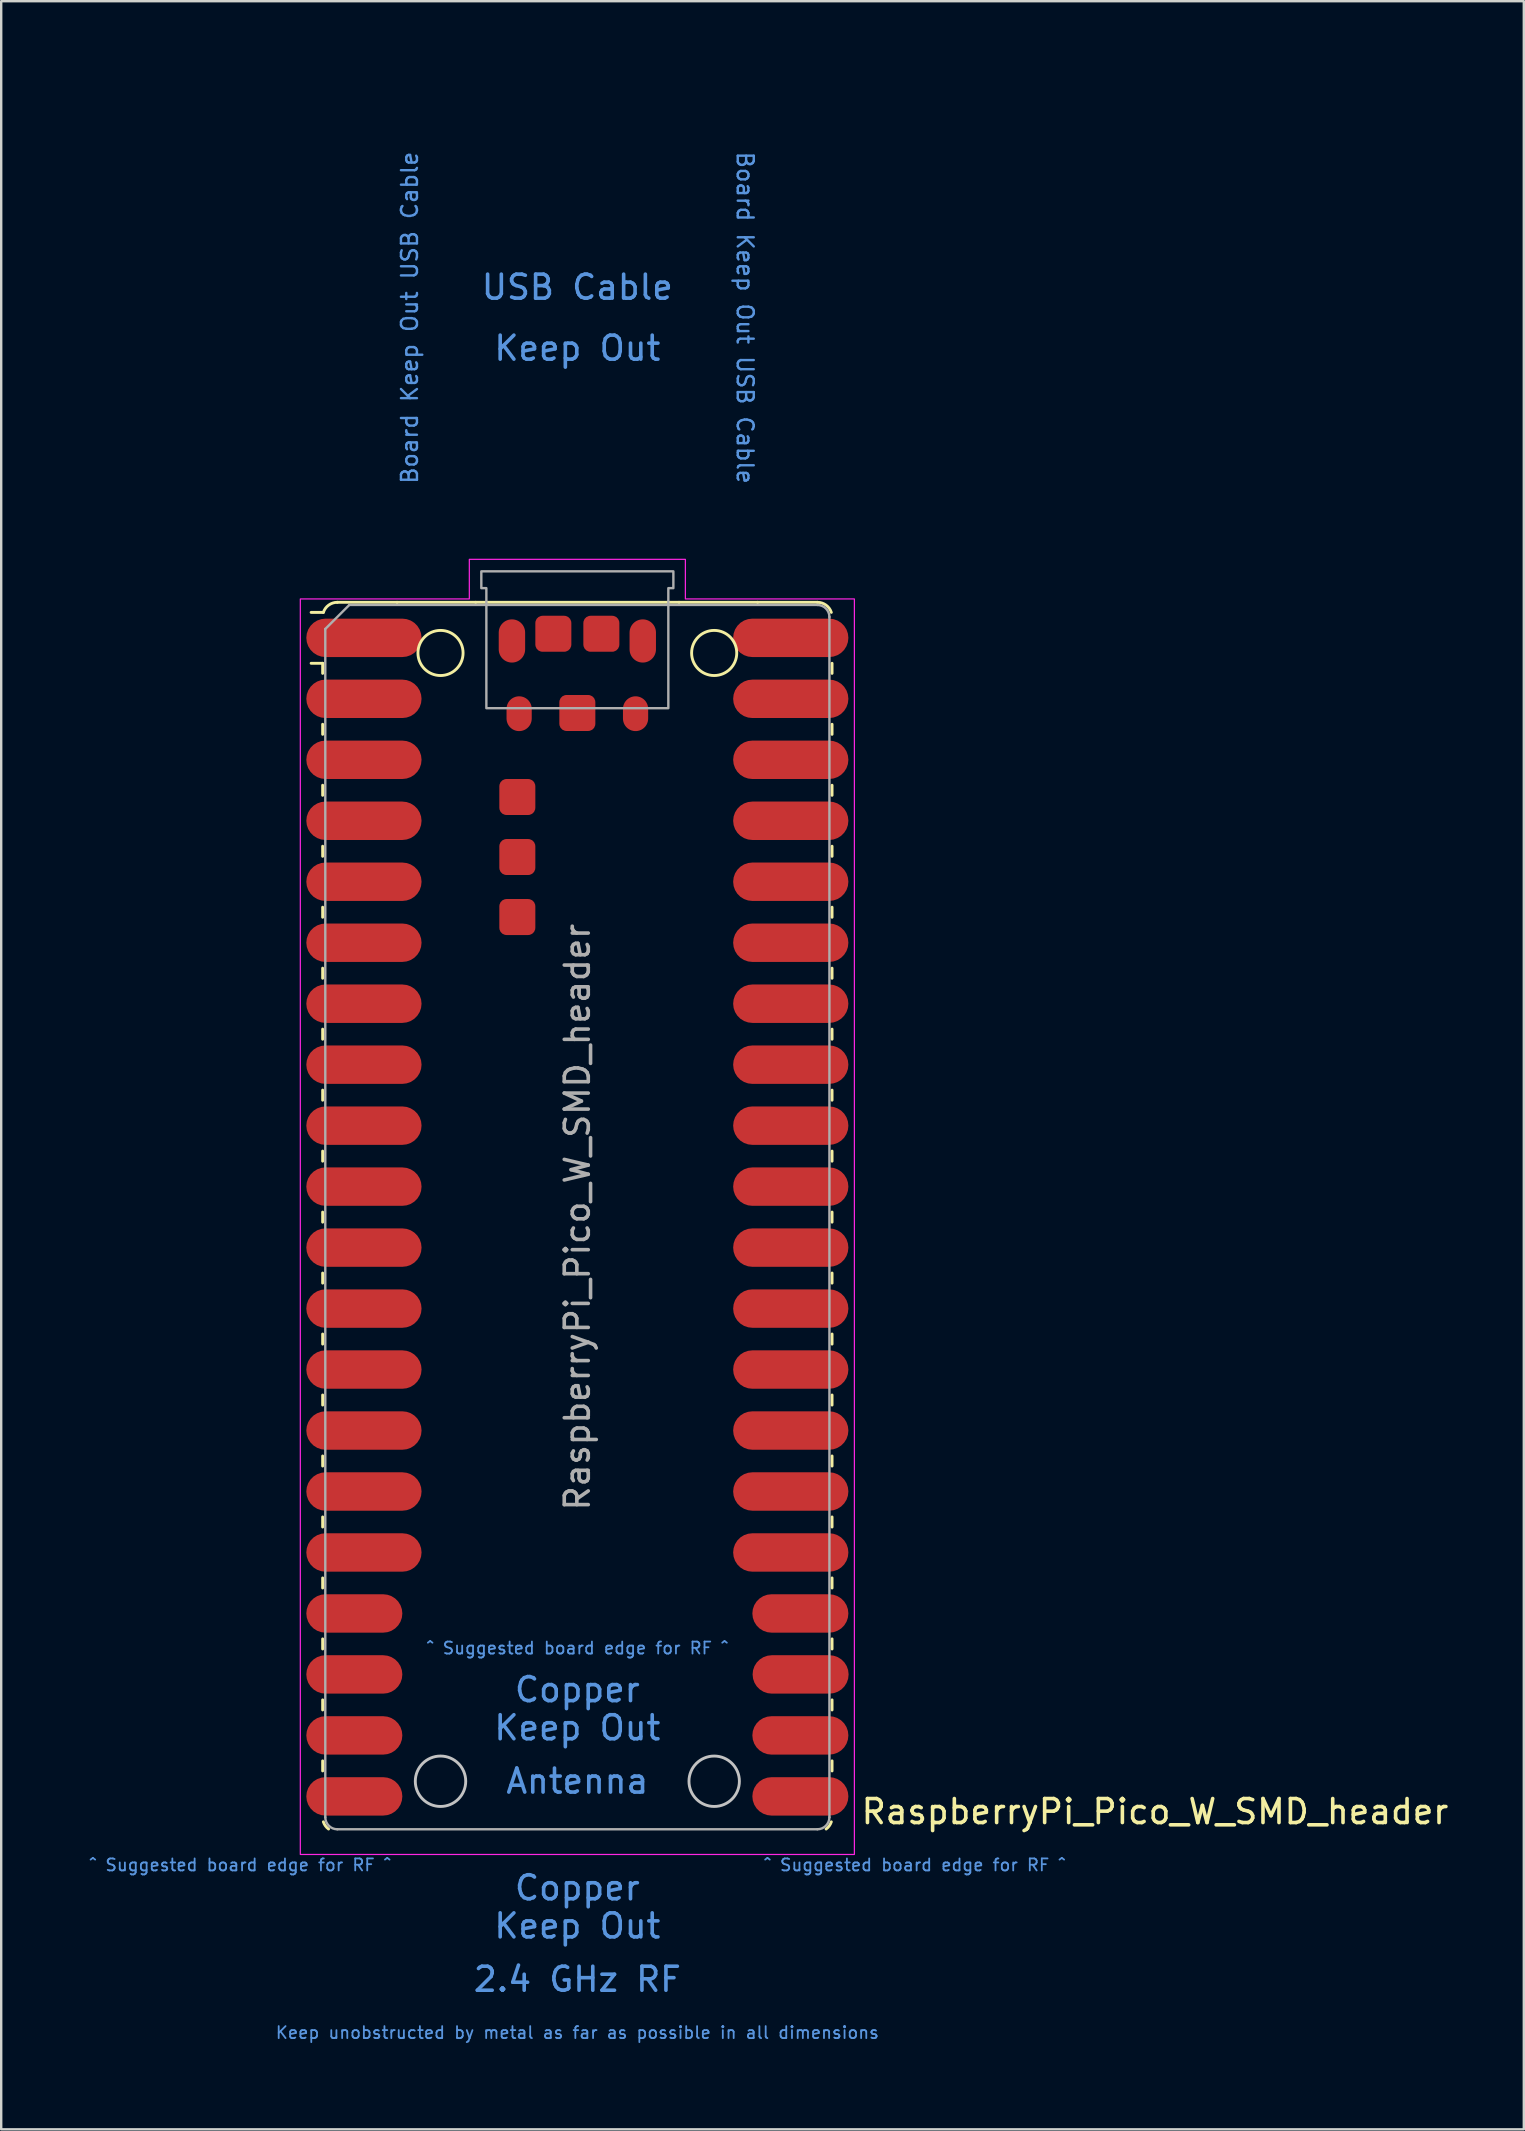
<source format=kicad_pcb>
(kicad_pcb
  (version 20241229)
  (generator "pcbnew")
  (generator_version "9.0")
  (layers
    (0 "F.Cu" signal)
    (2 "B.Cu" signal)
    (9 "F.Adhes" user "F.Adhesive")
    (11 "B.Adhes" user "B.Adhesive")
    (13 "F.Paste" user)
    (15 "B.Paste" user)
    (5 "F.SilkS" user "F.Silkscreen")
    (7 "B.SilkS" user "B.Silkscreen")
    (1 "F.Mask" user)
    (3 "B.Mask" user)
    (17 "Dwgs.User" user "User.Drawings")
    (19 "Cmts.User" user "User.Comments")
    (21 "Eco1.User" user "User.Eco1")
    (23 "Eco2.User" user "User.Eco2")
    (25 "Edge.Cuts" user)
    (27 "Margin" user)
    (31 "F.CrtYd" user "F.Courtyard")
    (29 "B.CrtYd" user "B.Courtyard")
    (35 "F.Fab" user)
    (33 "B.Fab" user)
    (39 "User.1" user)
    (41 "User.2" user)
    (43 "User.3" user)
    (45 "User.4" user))
  (footprint "RaspberryPi_Pico_W_SMD_header"
    (layer "F.Cu")
    (at 21 47.65)
    (property "Reference" "RaspberryPi_Pico_W_SMD_header" (at 11.748 24.765 0) (unlocked yes) (layer "F.SilkS") (effects (font (size 1 1) (thickness 0.15)) (justify left)))
    (attr smd)
    (fp_line (start -10.61 -23.07) (end -11.09 -23.07) (stroke (width 0.12) (type solid)) (layer "F.SilkS"))
    (fp_line (start -10.61 -23.07) (end -10.61 -22.65) (stroke (width 0.12) (type solid)) (layer "F.SilkS"))
    (fp_line (start -10.61 -20.53) (end -10.61 -20.11) (stroke (width 0.12) (type solid)) (layer "F.SilkS"))
    (fp_line (start -10.61 -17.99) (end -10.61 -17.57) (stroke (width 0.12) (type solid)) (layer "F.SilkS"))
    (fp_line (start -10.61 -15.45) (end -10.61 -15.03) (stroke (width 0.12) (type solid)) (layer "F.SilkS"))
    (fp_line (start -10.61 -12.91) (end -10.61 -12.49) (stroke (width 0.12) (type solid)) (layer "F.SilkS"))
    (fp_line (start -10.61 -10.37) (end -10.61 -9.95) (stroke (width 0.12) (type solid)) (layer "F.SilkS"))
    (fp_line (start -10.61 -7.83) (end -10.61 -7.41) (stroke (width 0.12) (type solid)) (layer "F.SilkS"))
    (fp_line (start -10.61 -5.29) (end -10.61 -4.87) (stroke (width 0.12) (type solid)) (layer "F.SilkS"))
    (fp_line (start -10.61 -2.75) (end -10.61 -2.33) (stroke (width 0.12) (type solid)) (layer "F.SilkS"))
    (fp_line (start -10.61 -0.21) (end -10.61 0.21) (stroke (width 0.12) (type solid)) (layer "F.SilkS"))
    (fp_line (start -10.61 2.33) (end -10.61 2.75) (stroke (width 0.12) (type solid)) (layer "F.SilkS"))
    (fp_line (start -10.61 4.87) (end -10.61 5.29) (stroke (width 0.12) (type solid)) (layer "F.SilkS"))
    (fp_line (start -10.61 7.41) (end -10.61 7.83) (stroke (width 0.12) (type solid)) (layer "F.SilkS"))
    (fp_line (start -10.61 9.95) (end -10.61 10.37) (stroke (width 0.12) (type solid)) (layer "F.SilkS"))
    (fp_line (start -10.61 12.49) (end -10.61 12.91) (stroke (width 0.12) (type solid)) (layer "F.SilkS"))
    (fp_line (start -10.61 15.03) (end -10.61 15.45) (stroke (width 0.12) (type solid)) (layer "F.SilkS"))
    (fp_line (start -10.61 17.57) (end -10.61 17.99) (stroke (width 0.12) (type solid)) (layer "F.SilkS"))
    (fp_line (start -10.61 20.11) (end -10.61 20.53) (stroke (width 0.12) (type solid)) (layer "F.SilkS"))
    (fp_line (start -10.61 22.65) (end -10.61 23.07) (stroke (width 0.12) (type solid)) (layer "F.SilkS"))
    (fp_line (start -10.58 -25.19) (end -11.09 -25.19) (stroke (width 0.12) (type solid)) (layer "F.SilkS"))
    (fp_line (start -10 -25.61) (end -7.51 -25.61) (stroke (width 0.12) (type solid)) (layer "F.SilkS"))
    (fp_line (start -7.51 -25.61) (end -4.235 -25.61) (stroke (width 0.12) (type solid)) (layer "F.SilkS"))
    (fp_line (start -4.235 -25.61) (end 4.235 -25.61) (stroke (width 0.12) (type solid)) (layer "F.SilkS"))
    (fp_line (start 4.235 -25.61) (end 7.51 -25.61) (stroke (width 0.12) (type solid)) (layer "F.SilkS"))
    (fp_line (start 10 -25.61) (end 7.51 -25.61) (stroke (width 0.12) (type solid)) (layer "F.SilkS"))
    (fp_line (start 10.61 -23.07) (end 10.61 -22.65) (stroke (width 0.12) (type solid)) (layer "F.SilkS"))
    (fp_line (start 10.61 -20.53) (end 10.61 -20.11) (stroke (width 0.12) (type solid)) (layer "F.SilkS"))
    (fp_line (start 10.61 -17.99) (end 10.61 -17.57) (stroke (width 0.12) (type solid)) (layer "F.SilkS"))
    (fp_line (start 10.61 -15.45) (end 10.61 -15.03) (stroke (width 0.12) (type solid)) (layer "F.SilkS"))
    (fp_line (start 10.61 -12.91) (end 10.61 -12.49) (stroke (width 0.12) (type solid)) (layer "F.SilkS"))
    (fp_line (start 10.61 -10.37) (end 10.61 -9.95) (stroke (width 0.12) (type solid)) (layer "F.SilkS"))
    (fp_line (start 10.61 -7.83) (end 10.61 -7.41) (stroke (width 0.12) (type solid)) (layer "F.SilkS"))
    (fp_line (start 10.61 -5.29) (end 10.61 -4.87) (stroke (width 0.12) (type solid)) (layer "F.SilkS"))
    (fp_line (start 10.61 -2.75) (end 10.61 -2.33) (stroke (width 0.12) (type solid)) (layer "F.SilkS"))
    (fp_line (start 10.61 -0.21) (end 10.61 0.21) (stroke (width 0.12) (type solid)) (layer "F.SilkS"))
    (fp_line (start 10.61 2.33) (end 10.61 2.75) (stroke (width 0.12) (type solid)) (layer "F.SilkS"))
    (fp_line (start 10.61 4.87) (end 10.61 5.29) (stroke (width 0.12) (type solid)) (layer "F.SilkS"))
    (fp_line (start 10.61 7.41) (end 10.61 7.83) (stroke (width 0.12) (type solid)) (layer "F.SilkS"))
    (fp_line (start 10.61 9.95) (end 10.61 10.37) (stroke (width 0.12) (type solid)) (layer "F.SilkS"))
    (fp_line (start 10.61 12.49) (end 10.61 12.91) (stroke (width 0.12) (type solid)) (layer "F.SilkS"))
    (fp_line (start 10.61 15.03) (end 10.61 15.45) (stroke (width 0.12) (type solid)) (layer "F.SilkS"))
    (fp_line (start 10.61 17.57) (end 10.61 17.99) (stroke (width 0.12) (type solid)) (layer "F.SilkS"))
    (fp_line (start 10.61 20.11) (end 10.61 20.53) (stroke (width 0.12) (type solid)) (layer "F.SilkS"))
    (fp_line (start 10.61 22.65) (end 10.61 23.07) (stroke (width 0.12) (type solid)) (layer "F.SilkS"))
    (fp_arc (start -10.579676 -25.189937) (mid -10.357938 -25.493944) (end -10 -25.61) (stroke (width 0.12) (type solid)) (layer "F.SilkS"))
    (fp_arc (start -10.363318 25.49) (mid -10.494791 25.356765) (end -10.579676 25.189937) (stroke (width 0.12) (type solid)) (layer "F.SilkS"))
    (fp_arc (start 10 -25.61) (mid 10.357937 -25.493944) (end 10.579676 -25.189937) (stroke (width 0.12) (type solid)) (layer "F.SilkS"))
    (fp_arc (start 10.579676 25.189937) (mid 10.494798 25.356768) (end 10.363318 25.49) (stroke (width 0.12) (type solid)) (layer "F.SilkS"))
    (fp_circle (center -5.7 -23.5) (end -4.76 -23.5) (stroke (width 0.12) (type solid)) (fill no) (layer "F.SilkS"))
    (fp_circle (center 5.7 -23.5) (end 6.64 -23.5) (stroke (width 0.12) (type solid)) (fill no) (layer "F.SilkS"))
    (fp_circle (center -5.7 23.5) (end -4.65 23.5) (stroke (width 0.12) (type solid)) (fill no) (layer "Dwgs.User"))
    (fp_circle (center 5.7 23.5) (end 6.75 23.5) (stroke (width 0.12) (type solid)) (fill no) (layer "Dwgs.User"))
    (fp_poly (pts (xy -4.5 -27.4) (xy 4.5 -27.4) (xy 4.5 -25.75) (xy 11.54 -25.75) (xy 11.54 26.55) (xy -11.54 26.55) (xy -11.54 -25.75) (xy -4.5 -25.75)) (stroke (width 0.05) (type solid)) (fill no) (layer "F.CrtYd"))
    (fp_line (start -10.5 -24.5) (end -9.5 -25.5) (stroke (width 0.1) (type solid)) (layer "F.Fab"))
    (fp_line (start -10.5 25) (end -10.5 -24.5) (stroke (width 0.1) (type solid)) (layer "F.Fab"))
    (fp_line (start -9.5 -25.5) (end 10 -25.5) (stroke (width 0.1) (type solid)) (layer "F.Fab"))
    (fp_line (start 10 25.5) (end -10 25.5) (stroke (width 0.1) (type solid)) (layer "F.Fab"))
    (fp_line (start 10.5 -25) (end 10.5 25) (stroke (width 0.1) (type solid)) (layer "F.Fab"))
    (fp_arc (start -10 25.5) (mid -10.353553 25.353553) (end -10.5 25) (stroke (width 0.1) (type solid)) (layer "F.Fab"))
    (fp_arc (start 10 -25.5) (mid 10.353553 -25.353553) (end 10.5 -25) (stroke (width 0.1) (type solid)) (layer "F.Fab"))
    (fp_arc (start 10.5 25) (mid 10.353553 25.353553) (end 10 25.5) (stroke (width 0.1) (type solid)) (layer "F.Fab"))
    (fp_poly (pts (xy 3.79 -21.2) (xy 3.79 -26.2) (xy 4 -26.2) (xy 4 -26.9) (xy -4 -26.9) (xy -4 -26.2) (xy -3.79 -26.2) (xy -3.79 -21.2)) (stroke (width 0.1) (type solid)) (fill no) (layer "F.Fab"))
    (fp_text user "Copper" (at 0 19.685 0) (unlocked yes) (layer "Cmts.User") (effects (font (size 1 1) (thickness 0.15))))
    (fp_text user "Antenna" (at 0 23.495 0) (unlocked yes) (layer "Cmts.User") (effects (font (size 1 1) (thickness 0.15))))
    (fp_text user "^ Suggested board edge for RF ^" (at -14.05 26.988 0) (unlocked yes) (layer "Cmts.User") (effects (font (size 0.5 0.5) (thickness 0.075))))
    (fp_text user "Keep Out" (at 0 -36.195 0) (unlocked yes) (layer "Cmts.User") (effects (font (size 1 1) (thickness 0.15))))
    (fp_text user "Keep Out" (at 0 29.527 0) (unlocked yes) (layer "Cmts.User") (effects (font (size 1 1) (thickness 0.15))))
    (fp_text user "Board Keep Out USB Cable" (at 6.985 -37.465 270) (unlocked yes) (layer "Cmts.User") (effects (font (size 0.667 0.667) (thickness 0.1))))
    (fp_text user "^ Suggested board edge for RF ^" (at 0 17.953 0) (unlocked yes) (layer "Cmts.User") (effects (font (size 0.5 0.5) (thickness 0.075))))
    (fp_text user "Copper" (at 0 27.94 0) (unlocked yes) (layer "Cmts.User") (effects (font (size 1 1) (thickness 0.15))))
    (fp_text user "2.4 GHz RF" (at 0 31.75 0) (unlocked yes) (layer "Cmts.User") (effects (font (size 1 1) (thickness 0.15))))
    (fp_text user "Keep unobstructed by metal as far as possible in all dimensions" (at 0 33.972 0) (unlocked yes) (layer "Cmts.User") (effects (font (size 0.5 0.5) (thickness 0.075))))
    (fp_text user "Keep Out" (at 0 21.273 0) (unlocked yes) (layer "Cmts.User") (effects (font (size 1 1) (thickness 0.15))))
    (fp_text user "USB Cable" (at 0 -38.735 0) (unlocked yes) (layer "Cmts.User") (effects (font (size 1 1) (thickness 0.15))))
    (fp_text user "Board Keep Out USB Cable" (at -6.985 -37.465 90) (unlocked yes) (layer "Cmts.User") (effects (font (size 0.667 0.667) (thickness 0.1))))
    (fp_text user "^ Suggested board edge for RF ^" (at 14.05 26.988 0) (unlocked yes) (layer "Cmts.User") (effects (font (size 0.5 0.5) (thickness 0.075))))
    (fp_text user "${REFERENCE}" (at 0 0 90) (layer "F.Fab") (effects (font (size 1 1) (thickness 0.15))))
    (pad "" smd oval (at -2.725 -24) (size 1.1 1.8) (layers "F.Cu" "F.Mask" "F.Paste"))
    (pad "" smd oval (at -2.425 -20.97) (size 1.05 1.45) (layers "F.Cu" "F.Mask" "F.Paste"))
    (pad "" smd oval (at 2.425 -20.97) (size 1.05 1.45) (layers "F.Cu" "F.Mask" "F.Paste"))
    (pad "" smd oval (at 2.725 -24) (size 1.1 1.8) (layers "F.Cu" "F.Mask" "F.Paste"))
    (pad "1" smd roundrect (at -8.89 -24.13) (size 4.8 1.6) (layers "F.Cu" "F.Mask" "F.Paste") (roundrect_rratio 0.5))
    (pad "2" smd roundrect (at -8.89 -21.59) (size 4.8 1.6) (layers "F.Cu" "F.Mask" "F.Paste") (roundrect_rratio 0.5))
    (pad "3" smd roundrect (at -8.89 -19.05) (size 4.8 1.6) (layers "F.Cu" "F.Mask" "F.Paste") (roundrect_rratio 0.5))
    (pad "4" smd roundrect (at -8.89 -16.51) (size 4.8 1.6) (layers "F.Cu" "F.Mask" "F.Paste") (roundrect_rratio 0.5))
    (pad "5" smd roundrect (at -8.89 -13.97) (size 4.8 1.6) (layers "F.Cu" "F.Mask" "F.Paste") (roundrect_rratio 0.5))
    (pad "6" smd roundrect (at -8.89 -11.43) (size 4.8 1.6) (layers "F.Cu" "F.Mask" "F.Paste") (roundrect_rratio 0.5))
    (pad "7" smd roundrect (at -8.89 -8.89) (size 4.8 1.6) (layers "F.Cu" "F.Mask" "F.Paste") (roundrect_rratio 0.5))
    (pad "8" smd roundrect (at -8.89 -6.35) (size 4.8 1.6) (layers "F.Cu" "F.Mask" "F.Paste") (roundrect_rratio 0.5))
    (pad "9" smd roundrect (at -8.89 -3.81) (size 4.8 1.6) (layers "F.Cu" "F.Mask" "F.Paste") (roundrect_rratio 0.5))
    (pad "10" smd roundrect (at -8.89 -1.27) (size 4.8 1.6) (layers "F.Cu" "F.Mask" "F.Paste") (roundrect_rratio 0.5))
    (pad "11" smd roundrect (at -8.89 1.27) (size 4.8 1.6) (layers "F.Cu" "F.Mask" "F.Paste") (roundrect_rratio 0.5))
    (pad "12" smd roundrect (at -8.89 3.81) (size 4.8 1.6) (layers "F.Cu" "F.Mask" "F.Paste") (roundrect_rratio 0.5))
    (pad "13" smd roundrect (at -8.89 6.35) (size 4.8 1.6) (layers "F.Cu" "F.Mask" "F.Paste") (roundrect_rratio 0.5))
    (pad "14" smd roundrect (at -8.89 8.89) (size 4.8 1.6) (layers "F.Cu" "F.Mask" "F.Paste") (roundrect_rratio 0.5))
    (pad "15" smd roundrect (at -8.89 11.43) (size 4.8 1.6) (layers "F.Cu" "F.Mask" "F.Paste") (roundrect_rratio 0.5))
    (pad "16" smd roundrect (at -8.89 13.97) (size 4.8 1.6) (layers "F.Cu" "F.Mask" "F.Paste") (roundrect_rratio 0.5))
    (pad "17" smd roundrect (at -8.89 16.51) (size 4 1.6) (drill (offset -0.4 0)) (layers "F.Cu" "F.Mask" "F.Paste") (roundrect_rratio 0.5))
    (pad "18" smd roundrect (at -8.89 19.05) (size 4 1.6) (drill (offset -0.4 0)) (layers "F.Cu" "F.Mask" "F.Paste") (roundrect_rratio 0.5))
    (pad "19" smd roundrect (at -8.89 21.59) (size 4 1.6) (drill (offset -0.4 0)) (layers "F.Cu" "F.Mask" "F.Paste") (roundrect_rratio 0.5))
    (pad "20" smd roundrect (at -8.89 24.13) (size 4 1.6) (drill (offset -0.4 0)) (layers "F.Cu" "F.Mask" "F.Paste") (roundrect_rratio 0.5))
    (pad "21" smd roundrect (at 8.89 24.13) (size 4 1.6) (drill (offset 0.4 0)) (layers "F.Cu" "F.Mask" "F.Paste") (roundrect_rratio 0.5))
    (pad "22" smd roundrect (at 8.89 21.59) (size 4 1.6) (drill (offset 0.4 0)) (layers "F.Cu" "F.Mask" "F.Paste") (roundrect_rratio 0.5))
    (pad "23" smd roundrect (at 8.9 19.05) (size 4 1.6) (drill (offset 0.4 0)) (layers "F.Cu" "F.Mask" "F.Paste") (roundrect_rratio 0.5))
    (pad "24" smd roundrect (at 8.89 16.51) (size 4 1.6) (drill (offset 0.4 0)) (layers "F.Cu" "F.Mask" "F.Paste") (roundrect_rratio 0.5))
    (pad "25" smd roundrect (at 8.89 13.97) (size 4.8 1.6) (layers "F.Cu" "F.Mask" "F.Paste") (roundrect_rratio 0.5))
    (pad "26" smd roundrect (at 8.89 11.43) (size 4.8 1.6) (layers "F.Cu" "F.Mask" "F.Paste") (roundrect_rratio 0.5))
    (pad "27" smd roundrect (at 8.89 8.89) (size 4.8 1.6) (layers "F.Cu" "F.Mask" "F.Paste") (roundrect_rratio 0.5))
    (pad "28" smd roundrect (at 8.89 6.35) (size 4.8 1.6) (layers "F.Cu" "F.Mask" "F.Paste") (roundrect_rratio 0.5))
    (pad "29" smd roundrect (at 8.89 3.81) (size 4.8 1.6) (layers "F.Cu" "F.Mask" "F.Paste") (roundrect_rratio 0.5))
    (pad "30" smd roundrect (at 8.89 1.27) (size 4.8 1.6) (layers "F.Cu" "F.Mask" "F.Paste") (roundrect_rratio 0.5))
    (pad "31" smd roundrect (at 8.89 -1.27) (size 4.8 1.6) (layers "F.Cu" "F.Mask" "F.Paste") (roundrect_rratio 0.5))
    (pad "32" smd roundrect (at 8.89 -3.81) (size 4.8 1.6) (layers "F.Cu" "F.Mask" "F.Paste") (roundrect_rratio 0.5))
    (pad "33" smd roundrect (at 8.89 -6.35) (size 4.8 1.6) (layers "F.Cu" "F.Mask" "F.Paste") (roundrect_rratio 0.5))
    (pad "34" smd roundrect (at 8.89 -8.89) (size 4.8 1.6) (layers "F.Cu" "F.Mask" "F.Paste") (roundrect_rratio 0.5))
    (pad "35" smd roundrect (at 8.89 -11.43) (size 4.8 1.6) (layers "F.Cu" "F.Mask" "F.Paste") (roundrect_rratio 0.5))
    (pad "36" smd roundrect (at 8.89 -13.97) (size 4.8 1.6) (layers "F.Cu" "F.Mask" "F.Paste") (roundrect_rratio 0.5))
    (pad "37" smd roundrect (at 8.89 -16.51) (size 4.8 1.6) (layers "F.Cu" "F.Mask" "F.Paste") (roundrect_rratio 0.5))
    (pad "38" smd roundrect (at 8.89 -19.05) (size 4.8 1.6) (layers "F.Cu" "F.Mask" "F.Paste") (roundrect_rratio 0.5))
    (pad "39" smd roundrect (at 8.89 -21.59) (size 4.8 1.6) (layers "F.Cu" "F.Mask" "F.Paste") (roundrect_rratio 0.5))
    (pad "40" smd roundrect (at 8.89 -24.13) (size 4.8 1.6) (layers "F.Cu" "F.Mask" "F.Paste") (roundrect_rratio 0.5))
    (pad "TP1" smd roundrect (at 0 -21) (size 1.5 1.5) (layers "F.Cu" "F.Mask" "F.Paste") (roundrect_rratio 0.2))
    (pad "TP2" smd roundrect (at 1 -24.3) (size 1.5 1.5) (layers "F.Cu" "F.Mask" "F.Paste") (roundrect_rratio 0.2))
    (pad "TP3" smd roundrect (at -1 -24.3) (size 1.5 1.5) (layers "F.Cu" "F.Mask" "F.Paste") (roundrect_rratio 0.2))
    (pad "TP4" smd roundrect (at -2.5 -17.5) (size 1.5 1.5) (layers "F.Cu" "F.Mask" "F.Paste") (roundrect_rratio 0.2))
    (pad "TP5" smd roundrect (at -2.5 -15) (size 1.5 1.5) (layers "F.Cu" "F.Mask" "F.Paste") (roundrect_rratio 0.2))
    (pad "TP6" smd roundrect (at -2.5 -12.5) (size 1.5 1.5) (layers "F.Cu" "F.Mask" "F.Paste") (roundrect_rratio 0.2))
    (zone (net_name "") (layers "F.Cu" "B.Cu" "F.Paste" "B.Paste") (name "RF Copper Keep Out") (hatch full 0.5) (connect_pads) (min_thickness 0.254) (filled_areas_thickness no) (keepout (tracks not_allowed) (vias not_allowed) (pads not_allowed) (copperpour not_allowed) (footprints not_allowed)) (placement (enabled no)) (fill) (polygon (pts (xy 0 74.65) (xy 42 74.65) (xy 42 82.65) (xy 0 82.65))))
    (zone (net_name "") (layers "F.Cu" "B.Cu" "F.Paste" "B.Paste") (name "Antenna Copper Keep Out") (hatch full 0.5) (connect_pads) (min_thickness 0.254) (filled_areas_thickness no) (keepout (tracks not_allowed) (vias not_allowed) (pads not_allowed) (copperpour not_allowed) (footprints not_allowed)) (placement (enabled no)) (fill) (polygon (pts (xy 18.6 72.64) (xy 13.9 68.99) (xy 13.9 64.65) (xy 28.1 64.65) (xy 28.1 68.99) (xy 23.4 72.64) (xy 23.4 72.65) (xy 18.6 72.65))))
    (zone (net_name "") (layer "Edge.Cuts") (name "Board Keep Out USB Cable") (hatch edge 0.5) (connect_pads) (min_thickness 0.254) (filled_areas_thickness no) (keepout (tracks allowed) (vias allowed) (pads allowed) (copperpour allowed) (footprints allowed)) (placement (enabled no)) (fill) (polygon (pts (xy 14.8 0) (xy 27.2 0) (xy 27.2 20.4) (xy 14.8 20.4))))
    (zone (net_name "") (layer "Edge.Cuts") (name "Board Keep Out Suggestion RF") (hatch edge 0.5) (connect_pads) (min_thickness 0.254) (filled_areas_thickness no) (keepout (tracks allowed) (vias allowed) (pads allowed) (copperpour allowed) (footprints allowed)) (placement (enabled no)) (fill) (polygon (pts (xy 28.1 73.65) (xy 42 73.65) (xy 42 82.65) (xy 0 82.65) (xy 0 73.65) (xy 13.9 73.65) (xy 13.9 64.65) (xy 28.1 64.65))))
    (zone (net_name "") (layer "F.CrtYd") (name "USB Cable Keep Out") (hatch full 0.5) (connect_pads) (min_thickness 0.254) (filled_areas_thickness no) (keepout (tracks allowed) (vias allowed) (pads allowed) (copperpour allowed) (footprints not_allowed)) (placement (enabled no)) (fill) (polygon (pts (xy 15.25 19.95) (xy 17.06 19.95) (xy 17.06 20.25) (xy 24.94 20.25) (xy 24.94 19.95) (xy 26.75 19.95) (xy 26.75 0.45) (xy 15.25 0.45)))))
  (gr_rect
    (start -3 -3)
    (end 60.426 85.65)
    (stroke (width 0.1) (type default))
    (fill no)
    (layer "Edge.Cuts")))
</source>
